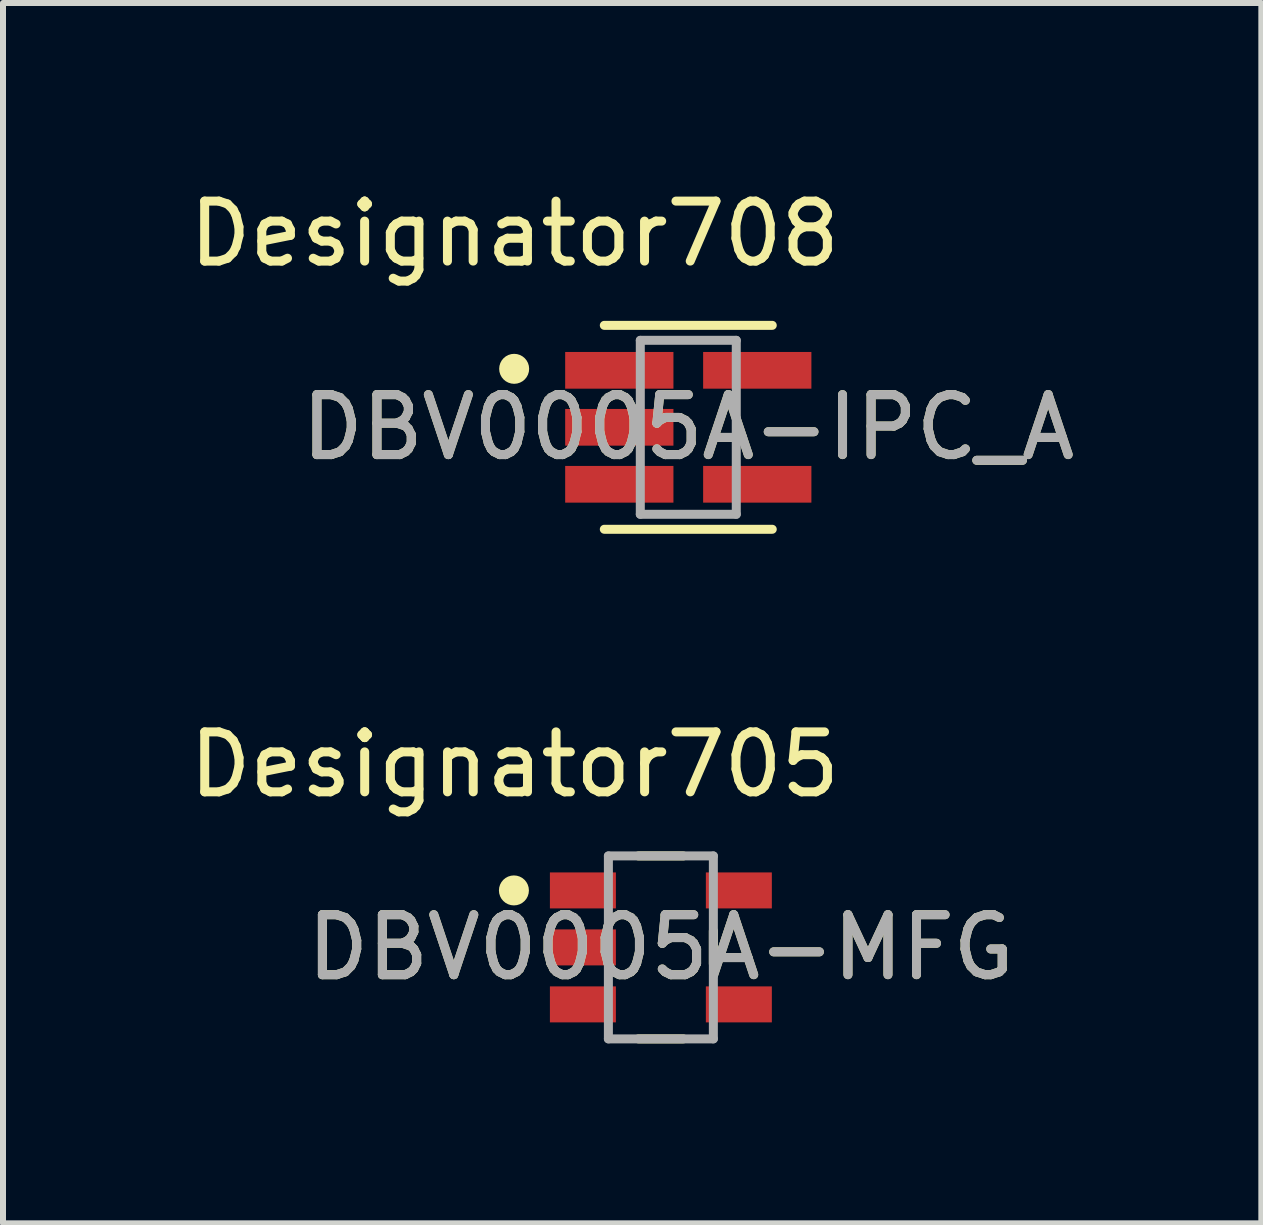
<source format=kicad_pcb>
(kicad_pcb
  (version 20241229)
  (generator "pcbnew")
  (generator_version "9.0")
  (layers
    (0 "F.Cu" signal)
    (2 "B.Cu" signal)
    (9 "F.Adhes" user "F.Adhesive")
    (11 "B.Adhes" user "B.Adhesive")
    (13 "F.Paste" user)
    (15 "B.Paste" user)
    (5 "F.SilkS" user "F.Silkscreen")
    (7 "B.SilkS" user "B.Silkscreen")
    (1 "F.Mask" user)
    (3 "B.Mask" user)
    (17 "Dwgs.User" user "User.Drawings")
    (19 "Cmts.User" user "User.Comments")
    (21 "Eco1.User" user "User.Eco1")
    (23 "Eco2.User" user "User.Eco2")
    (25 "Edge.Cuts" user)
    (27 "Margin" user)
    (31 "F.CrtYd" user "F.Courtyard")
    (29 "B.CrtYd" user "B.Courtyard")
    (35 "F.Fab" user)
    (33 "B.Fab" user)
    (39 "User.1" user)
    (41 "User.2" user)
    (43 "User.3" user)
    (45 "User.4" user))
  (footprint "DBV0005A-MFG"
    (layer "F.Cu")
    (at 7.968 12.745)
    (property "Reference" "DBV0005A-MFG" (at 0 0 0) (unlocked yes) (layer "F.SilkS") (effects (font (size 1 1) (thickness 0.15))))
    (attr smd)
    (fp_line (start -0.375 -1.525) (end 0.375 -1.525) (stroke (width 0.15) (type solid)) (layer "F.SilkS"))
    (fp_line (start -0.375 1.525) (end 0.375 1.525) (stroke (width 0.15) (type solid)) (layer "F.SilkS"))
    (fp_line (start 0.875 0.275) (end 0.875 -0.275) (stroke (width 0.15) (type solid)) (layer "F.SilkS"))
    (fp_circle (center -2.45 -0.95) (end -2.325 -0.95) (stroke (width 0.25) (type solid)) (fill no) (layer "F.SilkS"))
    (fp_line (start -0.875 -1.525) (end 0.875 -1.525) (stroke (width 0.15) (type solid)) (layer "F.Fab"))
    (fp_line (start -0.875 1.525) (end -0.875 -1.525) (stroke (width 0.15) (type solid)) (layer "F.Fab"))
    (fp_line (start -0.875 1.525) (end 0.875 1.525) (stroke (width 0.15) (type solid)) (layer "F.Fab"))
    (fp_line (start 0.875 1.525) (end 0.875 -1.525) (stroke (width 0.15) (type solid)) (layer "F.Fab"))
    (fp_text user "Designator705" (at -2.438 -3.048 0) (unlocked yes) (layer "F.SilkS") (effects (font (size 1 1) (thickness 0.15))))
    (fp_text user "${REFERENCE}" (at 0 0 0) (unlocked yes) (layer "F.Fab") (effects (font (size 1 1) (thickness 0.15))))
    (pad "1" smd rect (at -1.3 -0.95) (size 1.1 0.6) (layers "F.Cu" "F.Mask" "F.Paste"))
    (pad "2" smd rect (at -1.3 0) (size 1.1 0.6) (layers "F.Cu" "F.Mask" "F.Paste"))
    (pad "3" smd rect (at -1.3 0.95) (size 1.1 0.6) (layers "F.Cu" "F.Mask" "F.Paste"))
    (pad "4" smd rect (at 1.3 0.95) (size 1.1 0.6) (layers "F.Cu" "F.Mask" "F.Paste"))
    (pad "5" smd rect (at 1.3 -0.95) (size 1.1 0.6) (layers "F.Cu" "F.Mask" "F.Paste")))
  (footprint "DBV0005A-IPC_A"
    (layer "F.Cu")
    (at 8.425 4.074)
    (property "Reference" "DBV0005A-IPC_A" (at 0 0 0) (unlocked yes) (layer "F.SilkS") (effects (font (size 1 1) (thickness 0.15))))
    (attr smd)
    (fp_line (start -1.4 -1.7) (end 1.4 -1.7) (stroke (width 0.15) (type solid)) (layer "F.SilkS"))
    (fp_line (start -1.4 1.7) (end 1.4 1.7) (stroke (width 0.15) (type solid)) (layer "F.SilkS"))
    (fp_circle (center -2.903 -0.975) (end -2.778 -0.975) (stroke (width 0.25) (type solid)) (fill no) (layer "F.SilkS"))
    (fp_line (start -0.8 -1.45) (end 0.8 -1.45) (stroke (width 0.15) (type solid)) (layer "F.Fab"))
    (fp_line (start -0.8 1.45) (end -0.8 -1.45) (stroke (width 0.15) (type solid)) (layer "F.Fab"))
    (fp_line (start -0.8 1.45) (end 0.8 1.45) (stroke (width 0.15) (type solid)) (layer "F.Fab"))
    (fp_line (start 0.8 1.45) (end 0.8 -1.45) (stroke (width 0.15) (type solid)) (layer "F.Fab"))
    (fp_text user "Designator708" (at -2.896 -3.226 0) (unlocked yes) (layer "F.SilkS") (effects (font (size 1 1) (thickness 0.15))))
    (fp_text user "${REFERENCE}" (at 0 0 0) (unlocked yes) (layer "F.Fab") (effects (font (size 1 1) (thickness 0.15))))
    (pad "1" smd rect (at -1.15 -0.95) (size 1.805 0.612) (layers "F.Cu" "F.Mask" "F.Paste"))
    (pad "2" smd rect (at -1.15 0) (size 1.805 0.612) (layers "F.Cu" "F.Mask" "F.Paste"))
    (pad "3" smd rect (at -1.15 0.95) (size 1.805 0.612) (layers "F.Cu" "F.Mask" "F.Paste"))
    (pad "4" smd rect (at 1.15 0.95) (size 1.805 0.612) (layers "F.Cu" "F.Mask" "F.Paste"))
    (pad "5" smd rect (at 1.15 -0.95) (size 1.805 0.612) (layers "F.Cu" "F.Mask" "F.Paste")))
  (gr_rect
    (start -3 -3)
    (end 17.979 17.345)
    (stroke (width 0.1) (type default))
    (fill no)
    (layer "Edge.Cuts")))
</source>
